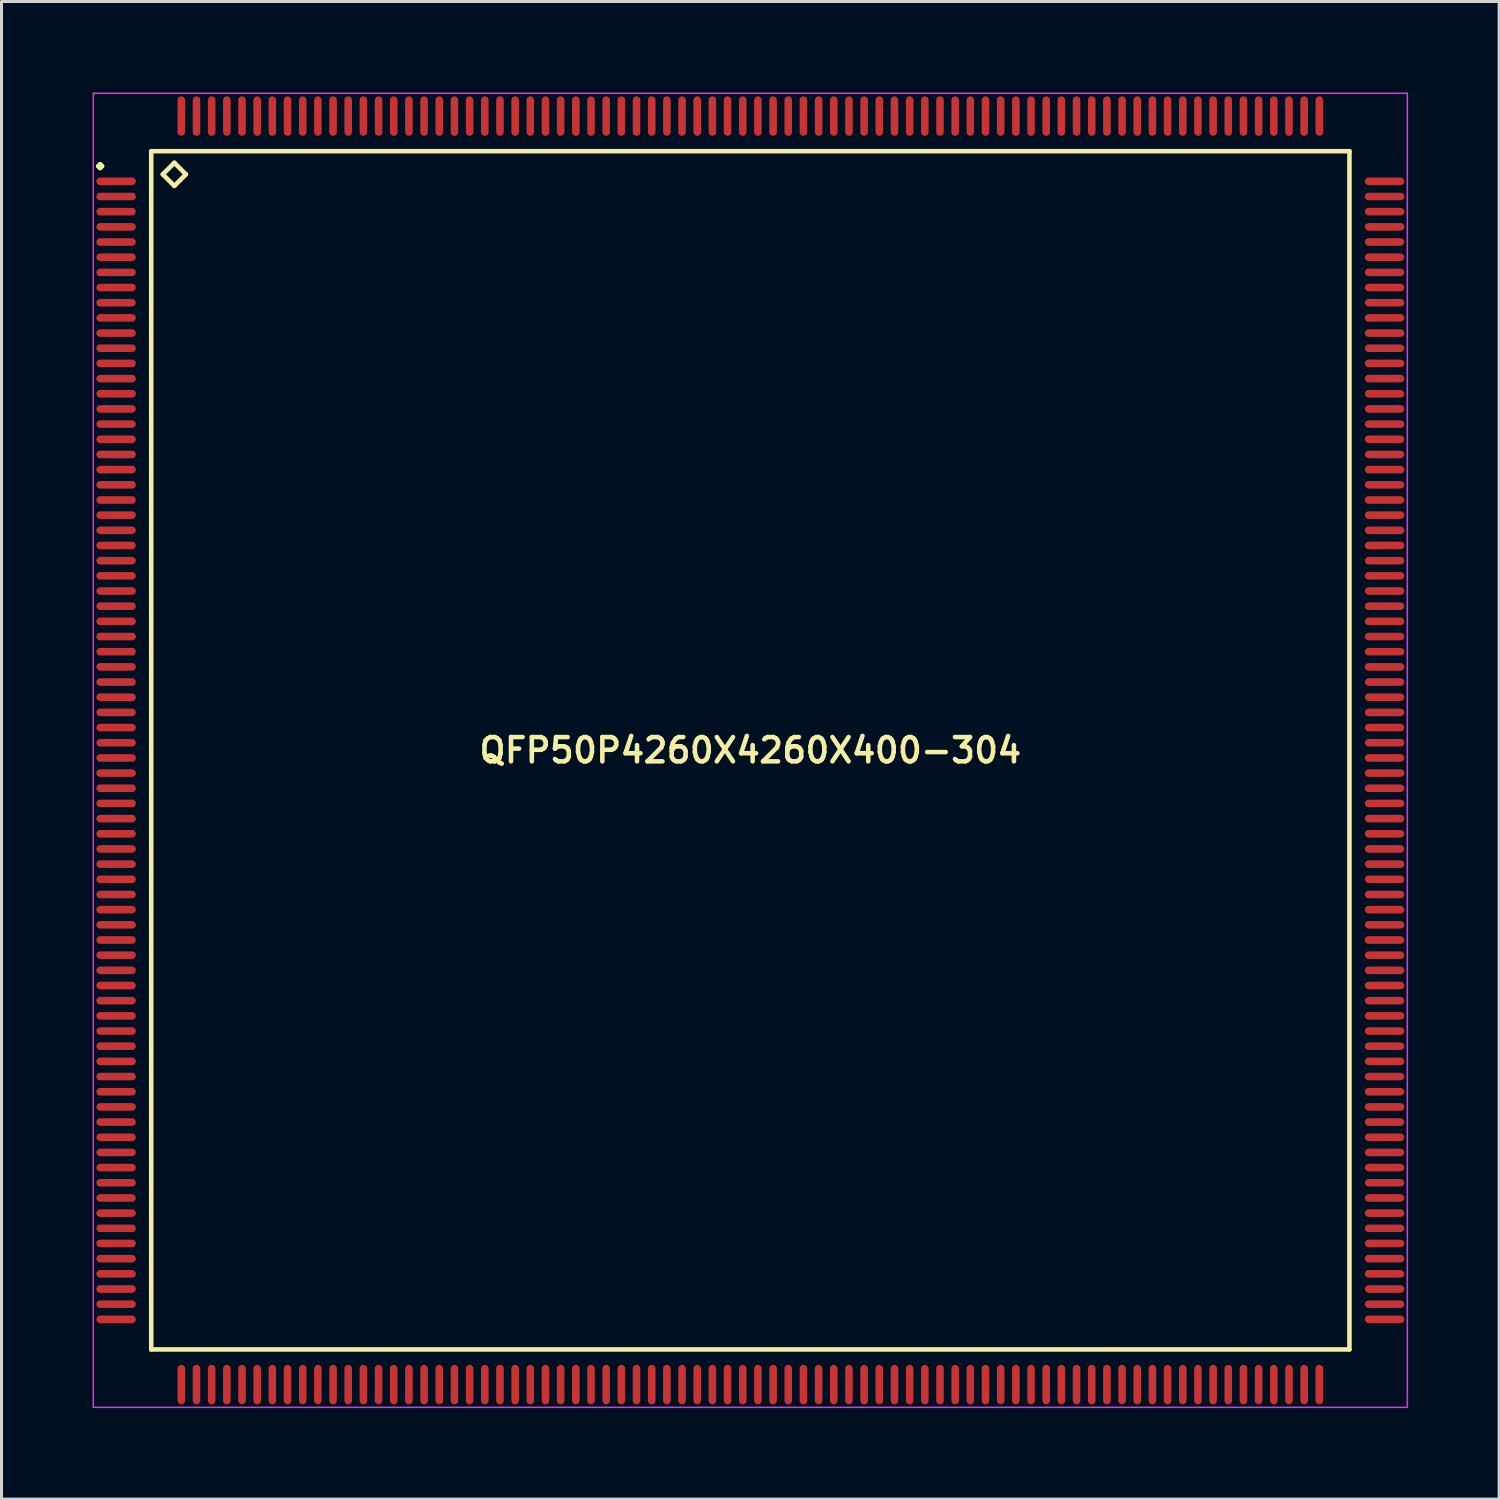
<source format=kicad_pcb>
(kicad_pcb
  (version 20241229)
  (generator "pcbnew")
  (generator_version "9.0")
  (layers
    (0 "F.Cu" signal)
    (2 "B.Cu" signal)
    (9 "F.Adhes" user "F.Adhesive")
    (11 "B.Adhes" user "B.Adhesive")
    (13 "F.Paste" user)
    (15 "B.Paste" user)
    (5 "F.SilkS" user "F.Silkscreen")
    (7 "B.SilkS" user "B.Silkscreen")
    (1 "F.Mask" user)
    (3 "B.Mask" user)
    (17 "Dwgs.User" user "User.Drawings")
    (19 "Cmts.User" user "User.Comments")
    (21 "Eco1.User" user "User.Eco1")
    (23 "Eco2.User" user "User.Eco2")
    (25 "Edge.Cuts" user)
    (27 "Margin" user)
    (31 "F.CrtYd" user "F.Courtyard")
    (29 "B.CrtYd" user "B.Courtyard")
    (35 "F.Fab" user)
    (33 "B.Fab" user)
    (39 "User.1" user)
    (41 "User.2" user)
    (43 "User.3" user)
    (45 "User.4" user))
  (footprint "QFP50P4260X4260X400-304"
    (layer "F.Cu")
    (at 21.675 21.675)
    (property "Reference" "QFP50P4260X4260X400-304" (at 0 0 0) (layer "F.SilkS") (effects (font (size 0.8 0.8) (thickness 0.15))))
    (attr smd)
    (fp_line (start -21.488 -19.25) (end -21.425 -19.312) (stroke (width 0.15) (type solid)) (layer "F.SilkS"))
    (fp_line (start -21.425 -19.312) (end -21.363 -19.25) (stroke (width 0.15) (type solid)) (layer "F.SilkS"))
    (fp_line (start -21.425 -19.188) (end -21.488 -19.25) (stroke (width 0.15) (type solid)) (layer "F.SilkS"))
    (fp_line (start -21.363 -19.25) (end -21.425 -19.188) (stroke (width 0.15) (type solid)) (layer "F.SilkS"))
    (fp_line (start -19.742 -19.742) (end -19.742 19.742) (stroke (width 0.15) (type solid)) (layer "F.SilkS"))
    (fp_line (start -19.742 19.742) (end 19.742 19.742) (stroke (width 0.15) (type solid)) (layer "F.SilkS"))
    (fp_line (start -19.361 -18.98) (end -18.98 -19.361) (stroke (width 0.15) (type solid)) (layer "F.SilkS"))
    (fp_line (start -18.98 -19.361) (end -18.599 -18.98) (stroke (width 0.15) (type solid)) (layer "F.SilkS"))
    (fp_line (start -18.98 -18.599) (end -19.361 -18.98) (stroke (width 0.15) (type solid)) (layer "F.SilkS"))
    (fp_line (start -18.599 -18.98) (end -18.98 -18.599) (stroke (width 0.15) (type solid)) (layer "F.SilkS"))
    (fp_line (start 19.742 -19.742) (end -19.742 -19.742) (stroke (width 0.15) (type solid)) (layer "F.SilkS"))
    (fp_line (start 19.742 19.742) (end 19.742 -19.742) (stroke (width 0.15) (type solid)) (layer "F.SilkS"))
    (fp_line (start -21.65 -21.65) (end 21.65 -21.65) (stroke (width 0.05) (type solid)) (layer "F.CrtYd"))
    (fp_line (start -21.65 21.65) (end -21.65 -21.65) (stroke (width 0.05) (type solid)) (layer "F.CrtYd"))
    (fp_line (start 21.65 -21.65) (end 21.65 21.65) (stroke (width 0.05) (type solid)) (layer "F.CrtYd"))
    (fp_line (start 21.65 21.65) (end -21.65 21.65) (stroke (width 0.05) (type solid)) (layer "F.CrtYd"))
    (pad "1" smd oval (at -20.9 -18.75) (size 1.3 0.25) (layers "F.Cu" "F.Mask" "F.Paste"))
    (pad "2" smd oval (at -20.9 -18.25) (size 1.3 0.25) (layers "F.Cu" "F.Mask" "F.Paste"))
    (pad "3" smd oval (at -20.9 -17.75) (size 1.3 0.25) (layers "F.Cu" "F.Mask" "F.Paste"))
    (pad "4" smd oval (at -20.9 -17.25) (size 1.3 0.25) (layers "F.Cu" "F.Mask" "F.Paste"))
    (pad "5" smd oval (at -20.9 -16.75) (size 1.3 0.25) (layers "F.Cu" "F.Mask" "F.Paste"))
    (pad "6" smd oval (at -20.9 -16.25) (size 1.3 0.25) (layers "F.Cu" "F.Mask" "F.Paste"))
    (pad "7" smd oval (at -20.9 -15.75) (size 1.3 0.25) (layers "F.Cu" "F.Mask" "F.Paste"))
    (pad "8" smd oval (at -20.9 -15.25) (size 1.3 0.25) (layers "F.Cu" "F.Mask" "F.Paste"))
    (pad "9" smd oval (at -20.9 -14.75) (size 1.3 0.25) (layers "F.Cu" "F.Mask" "F.Paste"))
    (pad "10" smd oval (at -20.9 -14.25) (size 1.3 0.25) (layers "F.Cu" "F.Mask" "F.Paste"))
    (pad "11" smd oval (at -20.9 -13.75) (size 1.3 0.25) (layers "F.Cu" "F.Mask" "F.Paste"))
    (pad "12" smd oval (at -20.9 -13.25) (size 1.3 0.25) (layers "F.Cu" "F.Mask" "F.Paste"))
    (pad "13" smd oval (at -20.9 -12.75) (size 1.3 0.25) (layers "F.Cu" "F.Mask" "F.Paste"))
    (pad "14" smd oval (at -20.9 -12.25) (size 1.3 0.25) (layers "F.Cu" "F.Mask" "F.Paste"))
    (pad "15" smd oval (at -20.9 -11.75) (size 1.3 0.25) (layers "F.Cu" "F.Mask" "F.Paste"))
    (pad "16" smd oval (at -20.9 -11.25) (size 1.3 0.25) (layers "F.Cu" "F.Mask" "F.Paste"))
    (pad "17" smd oval (at -20.9 -10.75) (size 1.3 0.25) (layers "F.Cu" "F.Mask" "F.Paste"))
    (pad "18" smd oval (at -20.9 -10.25) (size 1.3 0.25) (layers "F.Cu" "F.Mask" "F.Paste"))
    (pad "19" smd oval (at -20.9 -9.75) (size 1.3 0.25) (layers "F.Cu" "F.Mask" "F.Paste"))
    (pad "20" smd oval (at -20.9 -9.25) (size 1.3 0.25) (layers "F.Cu" "F.Mask" "F.Paste"))
    (pad "21" smd oval (at -20.9 -8.75) (size 1.3 0.25) (layers "F.Cu" "F.Mask" "F.Paste"))
    (pad "22" smd oval (at -20.9 -8.25) (size 1.3 0.25) (layers "F.Cu" "F.Mask" "F.Paste"))
    (pad "23" smd oval (at -20.9 -7.75) (size 1.3 0.25) (layers "F.Cu" "F.Mask" "F.Paste"))
    (pad "24" smd oval (at -20.9 -7.25) (size 1.3 0.25) (layers "F.Cu" "F.Mask" "F.Paste"))
    (pad "25" smd oval (at -20.9 -6.75) (size 1.3 0.25) (layers "F.Cu" "F.Mask" "F.Paste"))
    (pad "26" smd oval (at -20.9 -6.25) (size 1.3 0.25) (layers "F.Cu" "F.Mask" "F.Paste"))
    (pad "27" smd oval (at -20.9 -5.75) (size 1.3 0.25) (layers "F.Cu" "F.Mask" "F.Paste"))
    (pad "28" smd oval (at -20.9 -5.25) (size 1.3 0.25) (layers "F.Cu" "F.Mask" "F.Paste"))
    (pad "29" smd oval (at -20.9 -4.75) (size 1.3 0.25) (layers "F.Cu" "F.Mask" "F.Paste"))
    (pad "30" smd oval (at -20.9 -4.25) (size 1.3 0.25) (layers "F.Cu" "F.Mask" "F.Paste"))
    (pad "31" smd oval (at -20.9 -3.75) (size 1.3 0.25) (layers "F.Cu" "F.Mask" "F.Paste"))
    (pad "32" smd oval (at -20.9 -3.25) (size 1.3 0.25) (layers "F.Cu" "F.Mask" "F.Paste"))
    (pad "33" smd oval (at -20.9 -2.75) (size 1.3 0.25) (layers "F.Cu" "F.Mask" "F.Paste"))
    (pad "34" smd oval (at -20.9 -2.25) (size 1.3 0.25) (layers "F.Cu" "F.Mask" "F.Paste"))
    (pad "35" smd oval (at -20.9 -1.75) (size 1.3 0.25) (layers "F.Cu" "F.Mask" "F.Paste"))
    (pad "36" smd oval (at -20.9 -1.25) (size 1.3 0.25) (layers "F.Cu" "F.Mask" "F.Paste"))
    (pad "37" smd oval (at -20.9 -0.75) (size 1.3 0.25) (layers "F.Cu" "F.Mask" "F.Paste"))
    (pad "38" smd oval (at -20.9 -0.25) (size 1.3 0.25) (layers "F.Cu" "F.Mask" "F.Paste"))
    (pad "39" smd oval (at -20.9 0.25) (size 1.3 0.25) (layers "F.Cu" "F.Mask" "F.Paste"))
    (pad "40" smd oval (at -20.9 0.75) (size 1.3 0.25) (layers "F.Cu" "F.Mask" "F.Paste"))
    (pad "41" smd oval (at -20.9 1.25) (size 1.3 0.25) (layers "F.Cu" "F.Mask" "F.Paste"))
    (pad "42" smd oval (at -20.9 1.75) (size 1.3 0.25) (layers "F.Cu" "F.Mask" "F.Paste"))
    (pad "43" smd oval (at -20.9 2.25) (size 1.3 0.25) (layers "F.Cu" "F.Mask" "F.Paste"))
    (pad "44" smd oval (at -20.9 2.75) (size 1.3 0.25) (layers "F.Cu" "F.Mask" "F.Paste"))
    (pad "45" smd oval (at -20.9 3.25) (size 1.3 0.25) (layers "F.Cu" "F.Mask" "F.Paste"))
    (pad "46" smd oval (at -20.9 3.75) (size 1.3 0.25) (layers "F.Cu" "F.Mask" "F.Paste"))
    (pad "47" smd oval (at -20.9 4.25) (size 1.3 0.25) (layers "F.Cu" "F.Mask" "F.Paste"))
    (pad "48" smd oval (at -20.9 4.75) (size 1.3 0.25) (layers "F.Cu" "F.Mask" "F.Paste"))
    (pad "49" smd oval (at -20.9 5.25) (size 1.3 0.25) (layers "F.Cu" "F.Mask" "F.Paste"))
    (pad "50" smd oval (at -20.9 5.75) (size 1.3 0.25) (layers "F.Cu" "F.Mask" "F.Paste"))
    (pad "51" smd oval (at -20.9 6.25) (size 1.3 0.25) (layers "F.Cu" "F.Mask" "F.Paste"))
    (pad "52" smd oval (at -20.9 6.75) (size 1.3 0.25) (layers "F.Cu" "F.Mask" "F.Paste"))
    (pad "53" smd oval (at -20.9 7.25) (size 1.3 0.25) (layers "F.Cu" "F.Mask" "F.Paste"))
    (pad "54" smd oval (at -20.9 7.75) (size 1.3 0.25) (layers "F.Cu" "F.Mask" "F.Paste"))
    (pad "55" smd oval (at -20.9 8.25) (size 1.3 0.25) (layers "F.Cu" "F.Mask" "F.Paste"))
    (pad "56" smd oval (at -20.9 8.75) (size 1.3 0.25) (layers "F.Cu" "F.Mask" "F.Paste"))
    (pad "57" smd oval (at -20.9 9.25) (size 1.3 0.25) (layers "F.Cu" "F.Mask" "F.Paste"))
    (pad "58" smd oval (at -20.9 9.75) (size 1.3 0.25) (layers "F.Cu" "F.Mask" "F.Paste"))
    (pad "59" smd oval (at -20.9 10.25) (size 1.3 0.25) (layers "F.Cu" "F.Mask" "F.Paste"))
    (pad "60" smd oval (at -20.9 10.75) (size 1.3 0.25) (layers "F.Cu" "F.Mask" "F.Paste"))
    (pad "61" smd oval (at -20.9 11.25) (size 1.3 0.25) (layers "F.Cu" "F.Mask" "F.Paste"))
    (pad "62" smd oval (at -20.9 11.75) (size 1.3 0.25) (layers "F.Cu" "F.Mask" "F.Paste"))
    (pad "63" smd oval (at -20.9 12.25) (size 1.3 0.25) (layers "F.Cu" "F.Mask" "F.Paste"))
    (pad "64" smd oval (at -20.9 12.75) (size 1.3 0.25) (layers "F.Cu" "F.Mask" "F.Paste"))
    (pad "65" smd oval (at -20.9 13.25) (size 1.3 0.25) (layers "F.Cu" "F.Mask" "F.Paste"))
    (pad "66" smd oval (at -20.9 13.75) (size 1.3 0.25) (layers "F.Cu" "F.Mask" "F.Paste"))
    (pad "67" smd oval (at -20.9 14.25) (size 1.3 0.25) (layers "F.Cu" "F.Mask" "F.Paste"))
    (pad "68" smd oval (at -20.9 14.75) (size 1.3 0.25) (layers "F.Cu" "F.Mask" "F.Paste"))
    (pad "69" smd oval (at -20.9 15.25) (size 1.3 0.25) (layers "F.Cu" "F.Mask" "F.Paste"))
    (pad "70" smd oval (at -20.9 15.75) (size 1.3 0.25) (layers "F.Cu" "F.Mask" "F.Paste"))
    (pad "71" smd oval (at -20.9 16.25) (size 1.3 0.25) (layers "F.Cu" "F.Mask" "F.Paste"))
    (pad "72" smd oval (at -20.9 16.75) (size 1.3 0.25) (layers "F.Cu" "F.Mask" "F.Paste"))
    (pad "73" smd oval (at -20.9 17.25) (size 1.3 0.25) (layers "F.Cu" "F.Mask" "F.Paste"))
    (pad "74" smd oval (at -20.9 17.75) (size 1.3 0.25) (layers "F.Cu" "F.Mask" "F.Paste"))
    (pad "75" smd oval (at -20.9 18.25) (size 1.3 0.25) (layers "F.Cu" "F.Mask" "F.Paste"))
    (pad "76" smd oval (at -20.9 18.75) (size 1.3 0.25) (layers "F.Cu" "F.Mask" "F.Paste"))
    (pad "77" smd oval (at -18.75 20.9) (size 0.25 1.3) (layers "F.Cu" "F.Mask" "F.Paste"))
    (pad "78" smd oval (at -18.25 20.9) (size 0.25 1.3) (layers "F.Cu" "F.Mask" "F.Paste"))
    (pad "79" smd oval (at -17.75 20.9) (size 0.25 1.3) (layers "F.Cu" "F.Mask" "F.Paste"))
    (pad "80" smd oval (at -17.25 20.9) (size 0.25 1.3) (layers "F.Cu" "F.Mask" "F.Paste"))
    (pad "81" smd oval (at -16.75 20.9) (size 0.25 1.3) (layers "F.Cu" "F.Mask" "F.Paste"))
    (pad "82" smd oval (at -16.25 20.9) (size 0.25 1.3) (layers "F.Cu" "F.Mask" "F.Paste"))
    (pad "83" smd oval (at -15.75 20.9) (size 0.25 1.3) (layers "F.Cu" "F.Mask" "F.Paste"))
    (pad "84" smd oval (at -15.25 20.9) (size 0.25 1.3) (layers "F.Cu" "F.Mask" "F.Paste"))
    (pad "85" smd oval (at -14.75 20.9) (size 0.25 1.3) (layers "F.Cu" "F.Mask" "F.Paste"))
    (pad "86" smd oval (at -14.25 20.9) (size 0.25 1.3) (layers "F.Cu" "F.Mask" "F.Paste"))
    (pad "87" smd oval (at -13.75 20.9) (size 0.25 1.3) (layers "F.Cu" "F.Mask" "F.Paste"))
    (pad "88" smd oval (at -13.25 20.9) (size 0.25 1.3) (layers "F.Cu" "F.Mask" "F.Paste"))
    (pad "89" smd oval (at -12.75 20.9) (size 0.25 1.3) (layers "F.Cu" "F.Mask" "F.Paste"))
    (pad "90" smd oval (at -12.25 20.9) (size 0.25 1.3) (layers "F.Cu" "F.Mask" "F.Paste"))
    (pad "91" smd oval (at -11.75 20.9) (size 0.25 1.3) (layers "F.Cu" "F.Mask" "F.Paste"))
    (pad "92" smd oval (at -11.25 20.9) (size 0.25 1.3) (layers "F.Cu" "F.Mask" "F.Paste"))
    (pad "93" smd oval (at -10.75 20.9) (size 0.25 1.3) (layers "F.Cu" "F.Mask" "F.Paste"))
    (pad "94" smd oval (at -10.25 20.9) (size 0.25 1.3) (layers "F.Cu" "F.Mask" "F.Paste"))
    (pad "95" smd oval (at -9.75 20.9) (size 0.25 1.3) (layers "F.Cu" "F.Mask" "F.Paste"))
    (pad "96" smd oval (at -9.25 20.9) (size 0.25 1.3) (layers "F.Cu" "F.Mask" "F.Paste"))
    (pad "97" smd oval (at -8.75 20.9) (size 0.25 1.3) (layers "F.Cu" "F.Mask" "F.Paste"))
    (pad "98" smd oval (at -8.25 20.9) (size 0.25 1.3) (layers "F.Cu" "F.Mask" "F.Paste"))
    (pad "99" smd oval (at -7.75 20.9) (size 0.25 1.3) (layers "F.Cu" "F.Mask" "F.Paste"))
    (pad "100" smd oval (at -7.25 20.9) (size 0.25 1.3) (layers "F.Cu" "F.Mask" "F.Paste"))
    (pad "101" smd oval (at -6.75 20.9) (size 0.25 1.3) (layers "F.Cu" "F.Mask" "F.Paste"))
    (pad "102" smd oval (at -6.25 20.9) (size 0.25 1.3) (layers "F.Cu" "F.Mask" "F.Paste"))
    (pad "103" smd oval (at -5.75 20.9) (size 0.25 1.3) (layers "F.Cu" "F.Mask" "F.Paste"))
    (pad "104" smd oval (at -5.25 20.9) (size 0.25 1.3) (layers "F.Cu" "F.Mask" "F.Paste"))
    (pad "105" smd oval (at -4.75 20.9) (size 0.25 1.3) (layers "F.Cu" "F.Mask" "F.Paste"))
    (pad "106" smd oval (at -4.25 20.9) (size 0.25 1.3) (layers "F.Cu" "F.Mask" "F.Paste"))
    (pad "107" smd oval (at -3.75 20.9) (size 0.25 1.3) (layers "F.Cu" "F.Mask" "F.Paste"))
    (pad "108" smd oval (at -3.25 20.9) (size 0.25 1.3) (layers "F.Cu" "F.Mask" "F.Paste"))
    (pad "109" smd oval (at -2.75 20.9) (size 0.25 1.3) (layers "F.Cu" "F.Mask" "F.Paste"))
    (pad "110" smd oval (at -2.25 20.9) (size 0.25 1.3) (layers "F.Cu" "F.Mask" "F.Paste"))
    (pad "111" smd oval (at -1.75 20.9) (size 0.25 1.3) (layers "F.Cu" "F.Mask" "F.Paste"))
    (pad "112" smd oval (at -1.25 20.9) (size 0.25 1.3) (layers "F.Cu" "F.Mask" "F.Paste"))
    (pad "113" smd oval (at -0.75 20.9) (size 0.25 1.3) (layers "F.Cu" "F.Mask" "F.Paste"))
    (pad "114" smd oval (at -0.25 20.9) (size 0.25 1.3) (layers "F.Cu" "F.Mask" "F.Paste"))
    (pad "115" smd oval (at 0.25 20.9) (size 0.25 1.3) (layers "F.Cu" "F.Mask" "F.Paste"))
    (pad "116" smd oval (at 0.75 20.9) (size 0.25 1.3) (layers "F.Cu" "F.Mask" "F.Paste"))
    (pad "117" smd oval (at 1.25 20.9) (size 0.25 1.3) (layers "F.Cu" "F.Mask" "F.Paste"))
    (pad "118" smd oval (at 1.75 20.9) (size 0.25 1.3) (layers "F.Cu" "F.Mask" "F.Paste"))
    (pad "119" smd oval (at 2.25 20.9) (size 0.25 1.3) (layers "F.Cu" "F.Mask" "F.Paste"))
    (pad "120" smd oval (at 2.75 20.9) (size 0.25 1.3) (layers "F.Cu" "F.Mask" "F.Paste"))
    (pad "121" smd oval (at 3.25 20.9) (size 0.25 1.3) (layers "F.Cu" "F.Mask" "F.Paste"))
    (pad "122" smd oval (at 3.75 20.9) (size 0.25 1.3) (layers "F.Cu" "F.Mask" "F.Paste"))
    (pad "123" smd oval (at 4.25 20.9) (size 0.25 1.3) (layers "F.Cu" "F.Mask" "F.Paste"))
    (pad "124" smd oval (at 4.75 20.9) (size 0.25 1.3) (layers "F.Cu" "F.Mask" "F.Paste"))
    (pad "125" smd oval (at 5.25 20.9) (size 0.25 1.3) (layers "F.Cu" "F.Mask" "F.Paste"))
    (pad "126" smd oval (at 5.75 20.9) (size 0.25 1.3) (layers "F.Cu" "F.Mask" "F.Paste"))
    (pad "127" smd oval (at 6.25 20.9) (size 0.25 1.3) (layers "F.Cu" "F.Mask" "F.Paste"))
    (pad "128" smd oval (at 6.75 20.9) (size 0.25 1.3) (layers "F.Cu" "F.Mask" "F.Paste"))
    (pad "129" smd oval (at 7.25 20.9) (size 0.25 1.3) (layers "F.Cu" "F.Mask" "F.Paste"))
    (pad "130" smd oval (at 7.75 20.9) (size 0.25 1.3) (layers "F.Cu" "F.Mask" "F.Paste"))
    (pad "131" smd oval (at 8.25 20.9) (size 0.25 1.3) (layers "F.Cu" "F.Mask" "F.Paste"))
    (pad "132" smd oval (at 8.75 20.9) (size 0.25 1.3) (layers "F.Cu" "F.Mask" "F.Paste"))
    (pad "133" smd oval (at 9.25 20.9) (size 0.25 1.3) (layers "F.Cu" "F.Mask" "F.Paste"))
    (pad "134" smd oval (at 9.75 20.9) (size 0.25 1.3) (layers "F.Cu" "F.Mask" "F.Paste"))
    (pad "135" smd oval (at 10.25 20.9) (size 0.25 1.3) (layers "F.Cu" "F.Mask" "F.Paste"))
    (pad "136" smd oval (at 10.75 20.9) (size 0.25 1.3) (layers "F.Cu" "F.Mask" "F.Paste"))
    (pad "137" smd oval (at 11.25 20.9) (size 0.25 1.3) (layers "F.Cu" "F.Mask" "F.Paste"))
    (pad "138" smd oval (at 11.75 20.9) (size 0.25 1.3) (layers "F.Cu" "F.Mask" "F.Paste"))
    (pad "139" smd oval (at 12.25 20.9) (size 0.25 1.3) (layers "F.Cu" "F.Mask" "F.Paste"))
    (pad "140" smd oval (at 12.75 20.9) (size 0.25 1.3) (layers "F.Cu" "F.Mask" "F.Paste"))
    (pad "141" smd oval (at 13.25 20.9) (size 0.25 1.3) (layers "F.Cu" "F.Mask" "F.Paste"))
    (pad "142" smd oval (at 13.75 20.9) (size 0.25 1.3) (layers "F.Cu" "F.Mask" "F.Paste"))
    (pad "143" smd oval (at 14.25 20.9) (size 0.25 1.3) (layers "F.Cu" "F.Mask" "F.Paste"))
    (pad "144" smd oval (at 14.75 20.9) (size 0.25 1.3) (layers "F.Cu" "F.Mask" "F.Paste"))
    (pad "145" smd oval (at 15.25 20.9) (size 0.25 1.3) (layers "F.Cu" "F.Mask" "F.Paste"))
    (pad "146" smd oval (at 15.75 20.9) (size 0.25 1.3) (layers "F.Cu" "F.Mask" "F.Paste"))
    (pad "147" smd oval (at 16.25 20.9) (size 0.25 1.3) (layers "F.Cu" "F.Mask" "F.Paste"))
    (pad "148" smd oval (at 16.75 20.9) (size 0.25 1.3) (layers "F.Cu" "F.Mask" "F.Paste"))
    (pad "149" smd oval (at 17.25 20.9) (size 0.25 1.3) (layers "F.Cu" "F.Mask" "F.Paste"))
    (pad "150" smd oval (at 17.75 20.9) (size 0.25 1.3) (layers "F.Cu" "F.Mask" "F.Paste"))
    (pad "151" smd oval (at 18.25 20.9) (size 0.25 1.3) (layers "F.Cu" "F.Mask" "F.Paste"))
    (pad "152" smd oval (at 18.75 20.9) (size 0.25 1.3) (layers "F.Cu" "F.Mask" "F.Paste"))
    (pad "153" smd oval (at 20.9 18.75) (size 1.3 0.25) (layers "F.Cu" "F.Mask" "F.Paste"))
    (pad "154" smd oval (at 20.9 18.25) (size 1.3 0.25) (layers "F.Cu" "F.Mask" "F.Paste"))
    (pad "155" smd oval (at 20.9 17.75) (size 1.3 0.25) (layers "F.Cu" "F.Mask" "F.Paste"))
    (pad "156" smd oval (at 20.9 17.25) (size 1.3 0.25) (layers "F.Cu" "F.Mask" "F.Paste"))
    (pad "157" smd oval (at 20.9 16.75) (size 1.3 0.25) (layers "F.Cu" "F.Mask" "F.Paste"))
    (pad "158" smd oval (at 20.9 16.25) (size 1.3 0.25) (layers "F.Cu" "F.Mask" "F.Paste"))
    (pad "159" smd oval (at 20.9 15.75) (size 1.3 0.25) (layers "F.Cu" "F.Mask" "F.Paste"))
    (pad "160" smd oval (at 20.9 15.25) (size 1.3 0.25) (layers "F.Cu" "F.Mask" "F.Paste"))
    (pad "161" smd oval (at 20.9 14.75) (size 1.3 0.25) (layers "F.Cu" "F.Mask" "F.Paste"))
    (pad "162" smd oval (at 20.9 14.25) (size 1.3 0.25) (layers "F.Cu" "F.Mask" "F.Paste"))
    (pad "163" smd oval (at 20.9 13.75) (size 1.3 0.25) (layers "F.Cu" "F.Mask" "F.Paste"))
    (pad "164" smd oval (at 20.9 13.25) (size 1.3 0.25) (layers "F.Cu" "F.Mask" "F.Paste"))
    (pad "165" smd oval (at 20.9 12.75) (size 1.3 0.25) (layers "F.Cu" "F.Mask" "F.Paste"))
    (pad "166" smd oval (at 20.9 12.25) (size 1.3 0.25) (layers "F.Cu" "F.Mask" "F.Paste"))
    (pad "167" smd oval (at 20.9 11.75) (size 1.3 0.25) (layers "F.Cu" "F.Mask" "F.Paste"))
    (pad "168" smd oval (at 20.9 11.25) (size 1.3 0.25) (layers "F.Cu" "F.Mask" "F.Paste"))
    (pad "169" smd oval (at 20.9 10.75) (size 1.3 0.25) (layers "F.Cu" "F.Mask" "F.Paste"))
    (pad "170" smd oval (at 20.9 10.25) (size 1.3 0.25) (layers "F.Cu" "F.Mask" "F.Paste"))
    (pad "171" smd oval (at 20.9 9.75) (size 1.3 0.25) (layers "F.Cu" "F.Mask" "F.Paste"))
    (pad "172" smd oval (at 20.9 9.25) (size 1.3 0.25) (layers "F.Cu" "F.Mask" "F.Paste"))
    (pad "173" smd oval (at 20.9 8.75) (size 1.3 0.25) (layers "F.Cu" "F.Mask" "F.Paste"))
    (pad "174" smd oval (at 20.9 8.25) (size 1.3 0.25) (layers "F.Cu" "F.Mask" "F.Paste"))
    (pad "175" smd oval (at 20.9 7.75) (size 1.3 0.25) (layers "F.Cu" "F.Mask" "F.Paste"))
    (pad "176" smd oval (at 20.9 7.25) (size 1.3 0.25) (layers "F.Cu" "F.Mask" "F.Paste"))
    (pad "177" smd oval (at 20.9 6.75) (size 1.3 0.25) (layers "F.Cu" "F.Mask" "F.Paste"))
    (pad "178" smd oval (at 20.9 6.25) (size 1.3 0.25) (layers "F.Cu" "F.Mask" "F.Paste"))
    (pad "179" smd oval (at 20.9 5.75) (size 1.3 0.25) (layers "F.Cu" "F.Mask" "F.Paste"))
    (pad "180" smd oval (at 20.9 5.25) (size 1.3 0.25) (layers "F.Cu" "F.Mask" "F.Paste"))
    (pad "181" smd oval (at 20.9 4.75) (size 1.3 0.25) (layers "F.Cu" "F.Mask" "F.Paste"))
    (pad "182" smd oval (at 20.9 4.25) (size 1.3 0.25) (layers "F.Cu" "F.Mask" "F.Paste"))
    (pad "183" smd oval (at 20.9 3.75) (size 1.3 0.25) (layers "F.Cu" "F.Mask" "F.Paste"))
    (pad "184" smd oval (at 20.9 3.25) (size 1.3 0.25) (layers "F.Cu" "F.Mask" "F.Paste"))
    (pad "185" smd oval (at 20.9 2.75) (size 1.3 0.25) (layers "F.Cu" "F.Mask" "F.Paste"))
    (pad "186" smd oval (at 20.9 2.25) (size 1.3 0.25) (layers "F.Cu" "F.Mask" "F.Paste"))
    (pad "187" smd oval (at 20.9 1.75) (size 1.3 0.25) (layers "F.Cu" "F.Mask" "F.Paste"))
    (pad "188" smd oval (at 20.9 1.25) (size 1.3 0.25) (layers "F.Cu" "F.Mask" "F.Paste"))
    (pad "189" smd oval (at 20.9 0.75) (size 1.3 0.25) (layers "F.Cu" "F.Mask" "F.Paste"))
    (pad "190" smd oval (at 20.9 0.25) (size 1.3 0.25) (layers "F.Cu" "F.Mask" "F.Paste"))
    (pad "191" smd oval (at 20.9 -0.25) (size 1.3 0.25) (layers "F.Cu" "F.Mask" "F.Paste"))
    (pad "192" smd oval (at 20.9 -0.75) (size 1.3 0.25) (layers "F.Cu" "F.Mask" "F.Paste"))
    (pad "193" smd oval (at 20.9 -1.25) (size 1.3 0.25) (layers "F.Cu" "F.Mask" "F.Paste"))
    (pad "194" smd oval (at 20.9 -1.75) (size 1.3 0.25) (layers "F.Cu" "F.Mask" "F.Paste"))
    (pad "195" smd oval (at 20.9 -2.25) (size 1.3 0.25) (layers "F.Cu" "F.Mask" "F.Paste"))
    (pad "196" smd oval (at 20.9 -2.75) (size 1.3 0.25) (layers "F.Cu" "F.Mask" "F.Paste"))
    (pad "197" smd oval (at 20.9 -3.25) (size 1.3 0.25) (layers "F.Cu" "F.Mask" "F.Paste"))
    (pad "198" smd oval (at 20.9 -3.75) (size 1.3 0.25) (layers "F.Cu" "F.Mask" "F.Paste"))
    (pad "199" smd oval (at 20.9 -4.25) (size 1.3 0.25) (layers "F.Cu" "F.Mask" "F.Paste"))
    (pad "200" smd oval (at 20.9 -4.75) (size 1.3 0.25) (layers "F.Cu" "F.Mask" "F.Paste"))
    (pad "201" smd oval (at 20.9 -5.25) (size 1.3 0.25) (layers "F.Cu" "F.Mask" "F.Paste"))
    (pad "202" smd oval (at 20.9 -5.75) (size 1.3 0.25) (layers "F.Cu" "F.Mask" "F.Paste"))
    (pad "203" smd oval (at 20.9 -6.25) (size 1.3 0.25) (layers "F.Cu" "F.Mask" "F.Paste"))
    (pad "204" smd oval (at 20.9 -6.75) (size 1.3 0.25) (layers "F.Cu" "F.Mask" "F.Paste"))
    (pad "205" smd oval (at 20.9 -7.25) (size 1.3 0.25) (layers "F.Cu" "F.Mask" "F.Paste"))
    (pad "206" smd oval (at 20.9 -7.75) (size 1.3 0.25) (layers "F.Cu" "F.Mask" "F.Paste"))
    (pad "207" smd oval (at 20.9 -8.25) (size 1.3 0.25) (layers "F.Cu" "F.Mask" "F.Paste"))
    (pad "208" smd oval (at 20.9 -8.75) (size 1.3 0.25) (layers "F.Cu" "F.Mask" "F.Paste"))
    (pad "209" smd oval (at 20.9 -9.25) (size 1.3 0.25) (layers "F.Cu" "F.Mask" "F.Paste"))
    (pad "210" smd oval (at 20.9 -9.75) (size 1.3 0.25) (layers "F.Cu" "F.Mask" "F.Paste"))
    (pad "211" smd oval (at 20.9 -10.25) (size 1.3 0.25) (layers "F.Cu" "F.Mask" "F.Paste"))
    (pad "212" smd oval (at 20.9 -10.75) (size 1.3 0.25) (layers "F.Cu" "F.Mask" "F.Paste"))
    (pad "213" smd oval (at 20.9 -11.25) (size 1.3 0.25) (layers "F.Cu" "F.Mask" "F.Paste"))
    (pad "214" smd oval (at 20.9 -11.75) (size 1.3 0.25) (layers "F.Cu" "F.Mask" "F.Paste"))
    (pad "215" smd oval (at 20.9 -12.25) (size 1.3 0.25) (layers "F.Cu" "F.Mask" "F.Paste"))
    (pad "216" smd oval (at 20.9 -12.75) (size 1.3 0.25) (layers "F.Cu" "F.Mask" "F.Paste"))
    (pad "217" smd oval (at 20.9 -13.25) (size 1.3 0.25) (layers "F.Cu" "F.Mask" "F.Paste"))
    (pad "218" smd oval (at 20.9 -13.75) (size 1.3 0.25) (layers "F.Cu" "F.Mask" "F.Paste"))
    (pad "219" smd oval (at 20.9 -14.25) (size 1.3 0.25) (layers "F.Cu" "F.Mask" "F.Paste"))
    (pad "220" smd oval (at 20.9 -14.75) (size 1.3 0.25) (layers "F.Cu" "F.Mask" "F.Paste"))
    (pad "221" smd oval (at 20.9 -15.25) (size 1.3 0.25) (layers "F.Cu" "F.Mask" "F.Paste"))
    (pad "222" smd oval (at 20.9 -15.75) (size 1.3 0.25) (layers "F.Cu" "F.Mask" "F.Paste"))
    (pad "223" smd oval (at 20.9 -16.25) (size 1.3 0.25) (layers "F.Cu" "F.Mask" "F.Paste"))
    (pad "224" smd oval (at 20.9 -16.75) (size 1.3 0.25) (layers "F.Cu" "F.Mask" "F.Paste"))
    (pad "225" smd oval (at 20.9 -17.25) (size 1.3 0.25) (layers "F.Cu" "F.Mask" "F.Paste"))
    (pad "226" smd oval (at 20.9 -17.75) (size 1.3 0.25) (layers "F.Cu" "F.Mask" "F.Paste"))
    (pad "227" smd oval (at 20.9 -18.25) (size 1.3 0.25) (layers "F.Cu" "F.Mask" "F.Paste"))
    (pad "228" smd oval (at 20.9 -18.75) (size 1.3 0.25) (layers "F.Cu" "F.Mask" "F.Paste"))
    (pad "229" smd oval (at 18.75 -20.9) (size 0.25 1.3) (layers "F.Cu" "F.Mask" "F.Paste"))
    (pad "230" smd oval (at 18.25 -20.9) (size 0.25 1.3) (layers "F.Cu" "F.Mask" "F.Paste"))
    (pad "231" smd oval (at 17.75 -20.9) (size 0.25 1.3) (layers "F.Cu" "F.Mask" "F.Paste"))
    (pad "232" smd oval (at 17.25 -20.9) (size 0.25 1.3) (layers "F.Cu" "F.Mask" "F.Paste"))
    (pad "233" smd oval (at 16.75 -20.9) (size 0.25 1.3) (layers "F.Cu" "F.Mask" "F.Paste"))
    (pad "234" smd oval (at 16.25 -20.9) (size 0.25 1.3) (layers "F.Cu" "F.Mask" "F.Paste"))
    (pad "235" smd oval (at 15.75 -20.9) (size 0.25 1.3) (layers "F.Cu" "F.Mask" "F.Paste"))
    (pad "236" smd oval (at 15.25 -20.9) (size 0.25 1.3) (layers "F.Cu" "F.Mask" "F.Paste"))
    (pad "237" smd oval (at 14.75 -20.9) (size 0.25 1.3) (layers "F.Cu" "F.Mask" "F.Paste"))
    (pad "238" smd oval (at 14.25 -20.9) (size 0.25 1.3) (layers "F.Cu" "F.Mask" "F.Paste"))
    (pad "239" smd oval (at 13.75 -20.9) (size 0.25 1.3) (layers "F.Cu" "F.Mask" "F.Paste"))
    (pad "240" smd oval (at 13.25 -20.9) (size 0.25 1.3) (layers "F.Cu" "F.Mask" "F.Paste"))
    (pad "241" smd oval (at 12.75 -20.9) (size 0.25 1.3) (layers "F.Cu" "F.Mask" "F.Paste"))
    (pad "242" smd oval (at 12.25 -20.9) (size 0.25 1.3) (layers "F.Cu" "F.Mask" "F.Paste"))
    (pad "243" smd oval (at 11.75 -20.9) (size 0.25 1.3) (layers "F.Cu" "F.Mask" "F.Paste"))
    (pad "244" smd oval (at 11.25 -20.9) (size 0.25 1.3) (layers "F.Cu" "F.Mask" "F.Paste"))
    (pad "245" smd oval (at 10.75 -20.9) (size 0.25 1.3) (layers "F.Cu" "F.Mask" "F.Paste"))
    (pad "246" smd oval (at 10.25 -20.9) (size 0.25 1.3) (layers "F.Cu" "F.Mask" "F.Paste"))
    (pad "247" smd oval (at 9.75 -20.9) (size 0.25 1.3) (layers "F.Cu" "F.Mask" "F.Paste"))
    (pad "248" smd oval (at 9.25 -20.9) (size 0.25 1.3) (layers "F.Cu" "F.Mask" "F.Paste"))
    (pad "249" smd oval (at 8.75 -20.9) (size 0.25 1.3) (layers "F.Cu" "F.Mask" "F.Paste"))
    (pad "250" smd oval (at 8.25 -20.9) (size 0.25 1.3) (layers "F.Cu" "F.Mask" "F.Paste"))
    (pad "251" smd oval (at 7.75 -20.9) (size 0.25 1.3) (layers "F.Cu" "F.Mask" "F.Paste"))
    (pad "252" smd oval (at 7.25 -20.9) (size 0.25 1.3) (layers "F.Cu" "F.Mask" "F.Paste"))
    (pad "253" smd oval (at 6.75 -20.9) (size 0.25 1.3) (layers "F.Cu" "F.Mask" "F.Paste"))
    (pad "254" smd oval (at 6.25 -20.9) (size 0.25 1.3) (layers "F.Cu" "F.Mask" "F.Paste"))
    (pad "255" smd oval (at 5.75 -20.9) (size 0.25 1.3) (layers "F.Cu" "F.Mask" "F.Paste"))
    (pad "256" smd oval (at 5.25 -20.9) (size 0.25 1.3) (layers "F.Cu" "F.Mask" "F.Paste"))
    (pad "257" smd oval (at 4.75 -20.9) (size 0.25 1.3) (layers "F.Cu" "F.Mask" "F.Paste"))
    (pad "258" smd oval (at 4.25 -20.9) (size 0.25 1.3) (layers "F.Cu" "F.Mask" "F.Paste"))
    (pad "259" smd oval (at 3.75 -20.9) (size 0.25 1.3) (layers "F.Cu" "F.Mask" "F.Paste"))
    (pad "260" smd oval (at 3.25 -20.9) (size 0.25 1.3) (layers "F.Cu" "F.Mask" "F.Paste"))
    (pad "261" smd oval (at 2.75 -20.9) (size 0.25 1.3) (layers "F.Cu" "F.Mask" "F.Paste"))
    (pad "262" smd oval (at 2.25 -20.9) (size 0.25 1.3) (layers "F.Cu" "F.Mask" "F.Paste"))
    (pad "263" smd oval (at 1.75 -20.9) (size 0.25 1.3) (layers "F.Cu" "F.Mask" "F.Paste"))
    (pad "264" smd oval (at 1.25 -20.9) (size 0.25 1.3) (layers "F.Cu" "F.Mask" "F.Paste"))
    (pad "265" smd oval (at 0.75 -20.9) (size 0.25 1.3) (layers "F.Cu" "F.Mask" "F.Paste"))
    (pad "266" smd oval (at 0.25 -20.9) (size 0.25 1.3) (layers "F.Cu" "F.Mask" "F.Paste"))
    (pad "267" smd oval (at -0.25 -20.9) (size 0.25 1.3) (layers "F.Cu" "F.Mask" "F.Paste"))
    (pad "268" smd oval (at -0.75 -20.9) (size 0.25 1.3) (layers "F.Cu" "F.Mask" "F.Paste"))
    (pad "269" smd oval (at -1.25 -20.9) (size 0.25 1.3) (layers "F.Cu" "F.Mask" "F.Paste"))
    (pad "270" smd oval (at -1.75 -20.9) (size 0.25 1.3) (layers "F.Cu" "F.Mask" "F.Paste"))
    (pad "271" smd oval (at -2.25 -20.9) (size 0.25 1.3) (layers "F.Cu" "F.Mask" "F.Paste"))
    (pad "272" smd oval (at -2.75 -20.9) (size 0.25 1.3) (layers "F.Cu" "F.Mask" "F.Paste"))
    (pad "273" smd oval (at -3.25 -20.9) (size 0.25 1.3) (layers "F.Cu" "F.Mask" "F.Paste"))
    (pad "274" smd oval (at -3.75 -20.9) (size 0.25 1.3) (layers "F.Cu" "F.Mask" "F.Paste"))
    (pad "275" smd oval (at -4.25 -20.9) (size 0.25 1.3) (layers "F.Cu" "F.Mask" "F.Paste"))
    (pad "276" smd oval (at -4.75 -20.9) (size 0.25 1.3) (layers "F.Cu" "F.Mask" "F.Paste"))
    (pad "277" smd oval (at -5.25 -20.9) (size 0.25 1.3) (layers "F.Cu" "F.Mask" "F.Paste"))
    (pad "278" smd oval (at -5.75 -20.9) (size 0.25 1.3) (layers "F.Cu" "F.Mask" "F.Paste"))
    (pad "279" smd oval (at -6.25 -20.9) (size 0.25 1.3) (layers "F.Cu" "F.Mask" "F.Paste"))
    (pad "280" smd oval (at -6.75 -20.9) (size 0.25 1.3) (layers "F.Cu" "F.Mask" "F.Paste"))
    (pad "281" smd oval (at -7.25 -20.9) (size 0.25 1.3) (layers "F.Cu" "F.Mask" "F.Paste"))
    (pad "282" smd oval (at -7.75 -20.9) (size 0.25 1.3) (layers "F.Cu" "F.Mask" "F.Paste"))
    (pad "283" smd oval (at -8.25 -20.9) (size 0.25 1.3) (layers "F.Cu" "F.Mask" "F.Paste"))
    (pad "284" smd oval (at -8.75 -20.9) (size 0.25 1.3) (layers "F.Cu" "F.Mask" "F.Paste"))
    (pad "285" smd oval (at -9.25 -20.9) (size 0.25 1.3) (layers "F.Cu" "F.Mask" "F.Paste"))
    (pad "286" smd oval (at -9.75 -20.9) (size 0.25 1.3) (layers "F.Cu" "F.Mask" "F.Paste"))
    (pad "287" smd oval (at -10.25 -20.9) (size 0.25 1.3) (layers "F.Cu" "F.Mask" "F.Paste"))
    (pad "288" smd oval (at -10.75 -20.9) (size 0.25 1.3) (layers "F.Cu" "F.Mask" "F.Paste"))
    (pad "289" smd oval (at -11.25 -20.9) (size 0.25 1.3) (layers "F.Cu" "F.Mask" "F.Paste"))
    (pad "290" smd oval (at -11.75 -20.9) (size 0.25 1.3) (layers "F.Cu" "F.Mask" "F.Paste"))
    (pad "291" smd oval (at -12.25 -20.9) (size 0.25 1.3) (layers "F.Cu" "F.Mask" "F.Paste"))
    (pad "292" smd oval (at -12.75 -20.9) (size 0.25 1.3) (layers "F.Cu" "F.Mask" "F.Paste"))
    (pad "293" smd oval (at -13.25 -20.9) (size 0.25 1.3) (layers "F.Cu" "F.Mask" "F.Paste"))
    (pad "294" smd oval (at -13.75 -20.9) (size 0.25 1.3) (layers "F.Cu" "F.Mask" "F.Paste"))
    (pad "295" smd oval (at -14.25 -20.9) (size 0.25 1.3) (layers "F.Cu" "F.Mask" "F.Paste"))
    (pad "296" smd oval (at -14.75 -20.9) (size 0.25 1.3) (layers "F.Cu" "F.Mask" "F.Paste"))
    (pad "297" smd oval (at -15.25 -20.9) (size 0.25 1.3) (layers "F.Cu" "F.Mask" "F.Paste"))
    (pad "298" smd oval (at -15.75 -20.9) (size 0.25 1.3) (layers "F.Cu" "F.Mask" "F.Paste"))
    (pad "299" smd oval (at -16.25 -20.9) (size 0.25 1.3) (layers "F.Cu" "F.Mask" "F.Paste"))
    (pad "300" smd oval (at -16.75 -20.9) (size 0.25 1.3) (layers "F.Cu" "F.Mask" "F.Paste"))
    (pad "301" smd oval (at -17.25 -20.9) (size 0.25 1.3) (layers "F.Cu" "F.Mask" "F.Paste"))
    (pad "302" smd oval (at -17.75 -20.9) (size 0.25 1.3) (layers "F.Cu" "F.Mask" "F.Paste"))
    (pad "303" smd oval (at -18.25 -20.9) (size 0.25 1.3) (layers "F.Cu" "F.Mask" "F.Paste"))
    (pad "304" smd oval (at -18.75 -20.9) (size 0.25 1.3) (layers "F.Cu" "F.Mask" "F.Paste")))
  (gr_rect
    (start -3 -3)
    (end 46.35 46.35)
    (stroke (width 0.1) (type default))
    (fill no)
    (layer "Edge.Cuts")))
</source>
